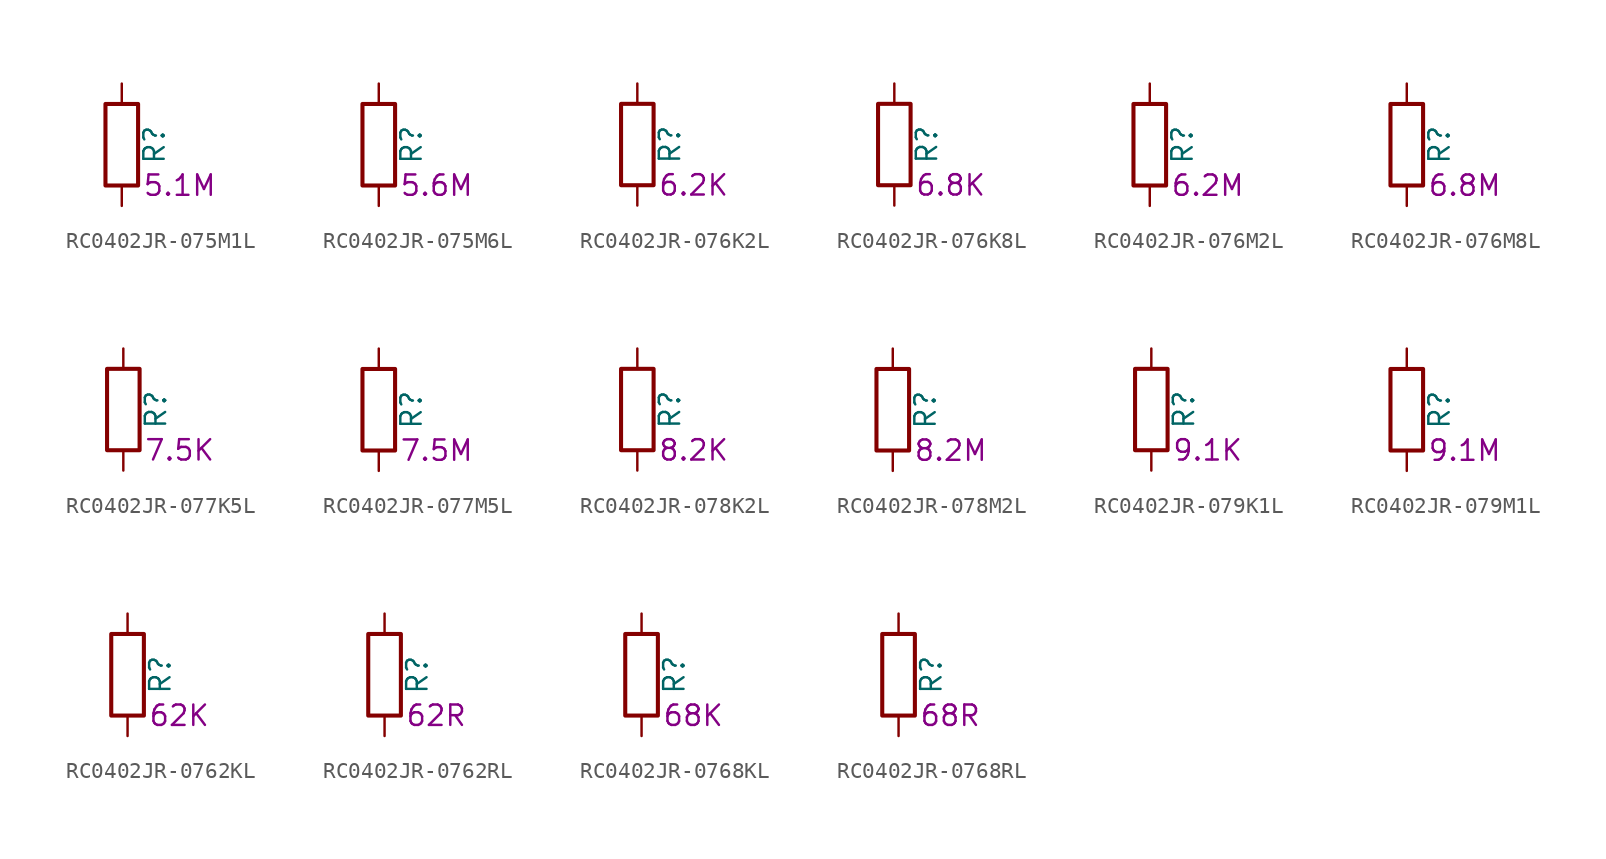
<source format=kicad_sym>
(kicad_symbol_lib
  (version 20220914)
  (generator kicad_symbol_editor)
  (symbol "RC0402JR-075M1L"
    (pin_numbers hide)
    (pin_names
      (offset 0))
    (property "Reference" "R"
      (at 2.032 0 90)
      (effects (font (size 1.27 1.27))))
    (property "Resistance" "5.1M"
      (at 1.27 -2.54 0)
      (effects (font (size 1.27 1.27)) (justify left)))
    (symbol "RC0402JR-075M1L_0_1"
      (rectangle (start -1.016 -2.54) (end 1.016 2.54) (stroke (width 0.254) (type default)) (fill (type none))))
    (symbol "RC0402JR-075M1L_1_1"
      (pin passive line (at 0 3.81 270) (length 1.27) (name "~" (effects (font (size 1.27 1.27)))) (number "1" (effects (font (size 1.27 1.27)))))
      (pin passive line (at 0 -3.81 90) (length 1.27) (name "~" (effects (font (size 1.27 1.27)))) (number "2" (effects (font (size 1.27 1.27)))))))
  (symbol "RC0402JR-075M6L"
    (pin_numbers hide)
    (pin_names
      (offset 0))
    (property "Reference" "R"
      (at 2.032 0 90)
      (effects (font (size 1.27 1.27))))
    (property "Resistance" "5.6M"
      (at 1.27 -2.54 0)
      (effects (font (size 1.27 1.27)) (justify left)))
    (symbol "RC0402JR-075M6L_0_1"
      (rectangle (start -1.016 -2.54) (end 1.016 2.54) (stroke (width 0.254) (type default)) (fill (type none))))
    (symbol "RC0402JR-075M6L_1_1"
      (pin passive line (at 0 3.81 270) (length 1.27) (name "~" (effects (font (size 1.27 1.27)))) (number "1" (effects (font (size 1.27 1.27)))))
      (pin passive line (at 0 -3.81 90) (length 1.27) (name "~" (effects (font (size 1.27 1.27)))) (number "2" (effects (font (size 1.27 1.27)))))))
  (symbol "RC0402JR-076K2L"
    (pin_numbers hide)
    (pin_names
      (offset 0))
    (property "Reference" "R"
      (at 2.032 0 90)
      (effects (font (size 1.27 1.27))))
    (property "Resistance" "6.2K"
      (at 1.27 -2.54 0)
      (effects (font (size 1.27 1.27)) (justify left)))
    (symbol "RC0402JR-076K2L_0_1"
      (rectangle (start -1.016 -2.54) (end 1.016 2.54) (stroke (width 0.254) (type default)) (fill (type none))))
    (symbol "RC0402JR-076K2L_1_1"
      (pin passive line (at 0 3.81 270) (length 1.27) (name "~" (effects (font (size 1.27 1.27)))) (number "1" (effects (font (size 1.27 1.27)))))
      (pin passive line (at 0 -3.81 90) (length 1.27) (name "~" (effects (font (size 1.27 1.27)))) (number "2" (effects (font (size 1.27 1.27)))))))
  (symbol "RC0402JR-076K8L"
    (pin_numbers hide)
    (pin_names
      (offset 0))
    (property "Reference" "R"
      (at 2.032 0 90)
      (effects (font (size 1.27 1.27))))
    (property "Resistance" "6.8K"
      (at 1.27 -2.54 0)
      (effects (font (size 1.27 1.27)) (justify left)))
    (symbol "RC0402JR-076K8L_0_1"
      (rectangle (start -1.016 -2.54) (end 1.016 2.54) (stroke (width 0.254) (type default)) (fill (type none))))
    (symbol "RC0402JR-076K8L_1_1"
      (pin passive line (at 0 3.81 270) (length 1.27) (name "~" (effects (font (size 1.27 1.27)))) (number "1" (effects (font (size 1.27 1.27)))))
      (pin passive line (at 0 -3.81 90) (length 1.27) (name "~" (effects (font (size 1.27 1.27)))) (number "2" (effects (font (size 1.27 1.27)))))))
  (symbol "RC0402JR-076M2L"
    (pin_numbers hide)
    (pin_names
      (offset 0))
    (property "Reference" "R"
      (at 2.032 0 90)
      (effects (font (size 1.27 1.27))))
    (property "Resistance" "6.2M"
      (at 1.27 -2.54 0)
      (effects (font (size 1.27 1.27)) (justify left)))
    (symbol "RC0402JR-076M2L_0_1"
      (rectangle (start -1.016 -2.54) (end 1.016 2.54) (stroke (width 0.254) (type default)) (fill (type none))))
    (symbol "RC0402JR-076M2L_1_1"
      (pin passive line (at 0 3.81 270) (length 1.27) (name "~" (effects (font (size 1.27 1.27)))) (number "1" (effects (font (size 1.27 1.27)))))
      (pin passive line (at 0 -3.81 90) (length 1.27) (name "~" (effects (font (size 1.27 1.27)))) (number "2" (effects (font (size 1.27 1.27)))))))
  (symbol "RC0402JR-076M8L"
    (pin_numbers hide)
    (pin_names
      (offset 0))
    (property "Reference" "R"
      (at 2.032 0 90)
      (effects (font (size 1.27 1.27))))
    (property "Resistance" "6.8M"
      (at 1.27 -2.54 0)
      (effects (font (size 1.27 1.27)) (justify left)))
    (symbol "RC0402JR-076M8L_0_1"
      (rectangle (start -1.016 -2.54) (end 1.016 2.54) (stroke (width 0.254) (type default)) (fill (type none))))
    (symbol "RC0402JR-076M8L_1_1"
      (pin passive line (at 0 3.81 270) (length 1.27) (name "~" (effects (font (size 1.27 1.27)))) (number "1" (effects (font (size 1.27 1.27)))))
      (pin passive line (at 0 -3.81 90) (length 1.27) (name "~" (effects (font (size 1.27 1.27)))) (number "2" (effects (font (size 1.27 1.27)))))))
  (symbol "RC0402JR-077K5L"
    (pin_numbers hide)
    (pin_names
      (offset 0))
    (property "Reference" "R"
      (at 2.032 0 90)
      (effects (font (size 1.27 1.27))))
    (property "Resistance" "7.5K"
      (at 1.27 -2.54 0)
      (effects (font (size 1.27 1.27)) (justify left)))
    (symbol "RC0402JR-077K5L_0_1"
      (rectangle (start -1.016 -2.54) (end 1.016 2.54) (stroke (width 0.254) (type default)) (fill (type none))))
    (symbol "RC0402JR-077K5L_1_1"
      (pin passive line (at 0 3.81 270) (length 1.27) (name "~" (effects (font (size 1.27 1.27)))) (number "1" (effects (font (size 1.27 1.27)))))
      (pin passive line (at 0 -3.81 90) (length 1.27) (name "~" (effects (font (size 1.27 1.27)))) (number "2" (effects (font (size 1.27 1.27)))))))
  (symbol "RC0402JR-077M5L"
    (pin_numbers hide)
    (pin_names
      (offset 0))
    (property "Reference" "R"
      (at 2.032 0 90)
      (effects (font (size 1.27 1.27))))
    (property "Resistance" "7.5M"
      (at 1.27 -2.54 0)
      (effects (font (size 1.27 1.27)) (justify left)))
    (symbol "RC0402JR-077M5L_0_1"
      (rectangle (start -1.016 -2.54) (end 1.016 2.54) (stroke (width 0.254) (type default)) (fill (type none))))
    (symbol "RC0402JR-077M5L_1_1"
      (pin passive line (at 0 3.81 270) (length 1.27) (name "~" (effects (font (size 1.27 1.27)))) (number "1" (effects (font (size 1.27 1.27)))))
      (pin passive line (at 0 -3.81 90) (length 1.27) (name "~" (effects (font (size 1.27 1.27)))) (number "2" (effects (font (size 1.27 1.27)))))))
  (symbol "RC0402JR-078K2L"
    (pin_numbers hide)
    (pin_names
      (offset 0))
    (property "Reference" "R"
      (at 2.032 0 90)
      (effects (font (size 1.27 1.27))))
    (property "Resistance" "8.2K"
      (at 1.27 -2.54 0)
      (effects (font (size 1.27 1.27)) (justify left)))
    (symbol "RC0402JR-078K2L_0_1"
      (rectangle (start -1.016 -2.54) (end 1.016 2.54) (stroke (width 0.254) (type default)) (fill (type none))))
    (symbol "RC0402JR-078K2L_1_1"
      (pin passive line (at 0 3.81 270) (length 1.27) (name "~" (effects (font (size 1.27 1.27)))) (number "1" (effects (font (size 1.27 1.27)))))
      (pin passive line (at 0 -3.81 90) (length 1.27) (name "~" (effects (font (size 1.27 1.27)))) (number "2" (effects (font (size 1.27 1.27)))))))
  (symbol "RC0402JR-078M2L"
    (pin_numbers hide)
    (pin_names
      (offset 0))
    (property "Reference" "R"
      (at 2.032 0 90)
      (effects (font (size 1.27 1.27))))
    (property "Resistance" "8.2M"
      (at 1.27 -2.54 0)
      (effects (font (size 1.27 1.27)) (justify left)))
    (symbol "RC0402JR-078M2L_0_1"
      (rectangle (start -1.016 -2.54) (end 1.016 2.54) (stroke (width 0.254) (type default)) (fill (type none))))
    (symbol "RC0402JR-078M2L_1_1"
      (pin passive line (at 0 3.81 270) (length 1.27) (name "~" (effects (font (size 1.27 1.27)))) (number "1" (effects (font (size 1.27 1.27)))))
      (pin passive line (at 0 -3.81 90) (length 1.27) (name "~" (effects (font (size 1.27 1.27)))) (number "2" (effects (font (size 1.27 1.27)))))))
  (symbol "RC0402JR-079K1L"
    (pin_numbers hide)
    (pin_names
      (offset 0))
    (property "Reference" "R"
      (at 2.032 0 90)
      (effects (font (size 1.27 1.27))))
    (property "Resistance" "9.1K"
      (at 1.27 -2.54 0)
      (effects (font (size 1.27 1.27)) (justify left)))
    (symbol "RC0402JR-079K1L_0_1"
      (rectangle (start -1.016 -2.54) (end 1.016 2.54) (stroke (width 0.254) (type default)) (fill (type none))))
    (symbol "RC0402JR-079K1L_1_1"
      (pin passive line (at 0 3.81 270) (length 1.27) (name "~" (effects (font (size 1.27 1.27)))) (number "1" (effects (font (size 1.27 1.27)))))
      (pin passive line (at 0 -3.81 90) (length 1.27) (name "~" (effects (font (size 1.27 1.27)))) (number "2" (effects (font (size 1.27 1.27)))))))
  (symbol "RC0402JR-079M1L"
    (pin_numbers hide)
    (pin_names
      (offset 0))
    (property "Reference" "R"
      (at 2.032 0 90)
      (effects (font (size 1.27 1.27))))
    (property "Resistance" "9.1M"
      (at 1.27 -2.54 0)
      (effects (font (size 1.27 1.27)) (justify left)))
    (symbol "RC0402JR-079M1L_0_1"
      (rectangle (start -1.016 -2.54) (end 1.016 2.54) (stroke (width 0.254) (type default)) (fill (type none))))
    (symbol "RC0402JR-079M1L_1_1"
      (pin passive line (at 0 3.81 270) (length 1.27) (name "~" (effects (font (size 1.27 1.27)))) (number "1" (effects (font (size 1.27 1.27)))))
      (pin passive line (at 0 -3.81 90) (length 1.27) (name "~" (effects (font (size 1.27 1.27)))) (number "2" (effects (font (size 1.27 1.27)))))))
  (symbol "RC0402JR-0762KL"
    (pin_numbers hide)
    (pin_names
      (offset 0))
    (property "Reference" "R"
      (at 2.032 0 90)
      (effects (font (size 1.27 1.27))))
    (property "Resistance" "62K"
      (at 1.27 -2.54 0)
      (effects (font (size 1.27 1.27)) (justify left)))
    (symbol "RC0402JR-0762KL_0_1"
      (rectangle (start -1.016 -2.54) (end 1.016 2.54) (stroke (width 0.254) (type default)) (fill (type none))))
    (symbol "RC0402JR-0762KL_1_1"
      (pin passive line (at 0 3.81 270) (length 1.27) (name "~" (effects (font (size 1.27 1.27)))) (number "1" (effects (font (size 1.27 1.27)))))
      (pin passive line (at 0 -3.81 90) (length 1.27) (name "~" (effects (font (size 1.27 1.27)))) (number "2" (effects (font (size 1.27 1.27)))))))
  (symbol "RC0402JR-0762RL"
    (pin_numbers hide)
    (pin_names
      (offset 0))
    (property "Reference" "R"
      (at 2.032 0 90)
      (effects (font (size 1.27 1.27))))
    (property "Resistance" "62R"
      (at 1.27 -2.54 0)
      (effects (font (size 1.27 1.27)) (justify left)))
    (symbol "RC0402JR-0762RL_0_1"
      (rectangle (start -1.016 -2.54) (end 1.016 2.54) (stroke (width 0.254) (type default)) (fill (type none))))
    (symbol "RC0402JR-0762RL_1_1"
      (pin passive line (at 0 3.81 270) (length 1.27) (name "~" (effects (font (size 1.27 1.27)))) (number "1" (effects (font (size 1.27 1.27)))))
      (pin passive line (at 0 -3.81 90) (length 1.27) (name "~" (effects (font (size 1.27 1.27)))) (number "2" (effects (font (size 1.27 1.27)))))))
  (symbol "RC0402JR-0768KL"
    (pin_numbers hide)
    (pin_names
      (offset 0))
    (property "Reference" "R"
      (at 2.032 0 90)
      (effects (font (size 1.27 1.27))))
    (property "Resistance" "68K"
      (at 1.27 -2.54 0)
      (effects (font (size 1.27 1.27)) (justify left)))
    (symbol "RC0402JR-0768KL_0_1"
      (rectangle (start -1.016 -2.54) (end 1.016 2.54) (stroke (width 0.254) (type default)) (fill (type none))))
    (symbol "RC0402JR-0768KL_1_1"
      (pin passive line (at 0 3.81 270) (length 1.27) (name "~" (effects (font (size 1.27 1.27)))) (number "1" (effects (font (size 1.27 1.27)))))
      (pin passive line (at 0 -3.81 90) (length 1.27) (name "~" (effects (font (size 1.27 1.27)))) (number "2" (effects (font (size 1.27 1.27)))))))
  (symbol "RC0402JR-0768RL"
    (pin_numbers hide)
    (pin_names
      (offset 0))
    (property "Reference" "R"
      (at 2.032 0 90)
      (effects (font (size 1.27 1.27))))
    (property "Resistance" "68R"
      (at 1.27 -2.54 0)
      (effects (font (size 1.27 1.27)) (justify left)))
    (symbol "RC0402JR-0768RL_0_1"
      (rectangle (start -1.016 -2.54) (end 1.016 2.54) (stroke (width 0.254) (type default)) (fill (type none))))
    (symbol "RC0402JR-0768RL_1_1"
      (pin passive line (at 0 3.81 270) (length 1.27) (name "~" (effects (font (size 1.27 1.27)))) (number "1" (effects (font (size 1.27 1.27)))))
      (pin passive line (at 0 -3.81 90) (length 1.27) (name "~" (effects (font (size 1.27 1.27)))) (number "2" (effects (font (size 1.27 1.27))))))))
</source>
